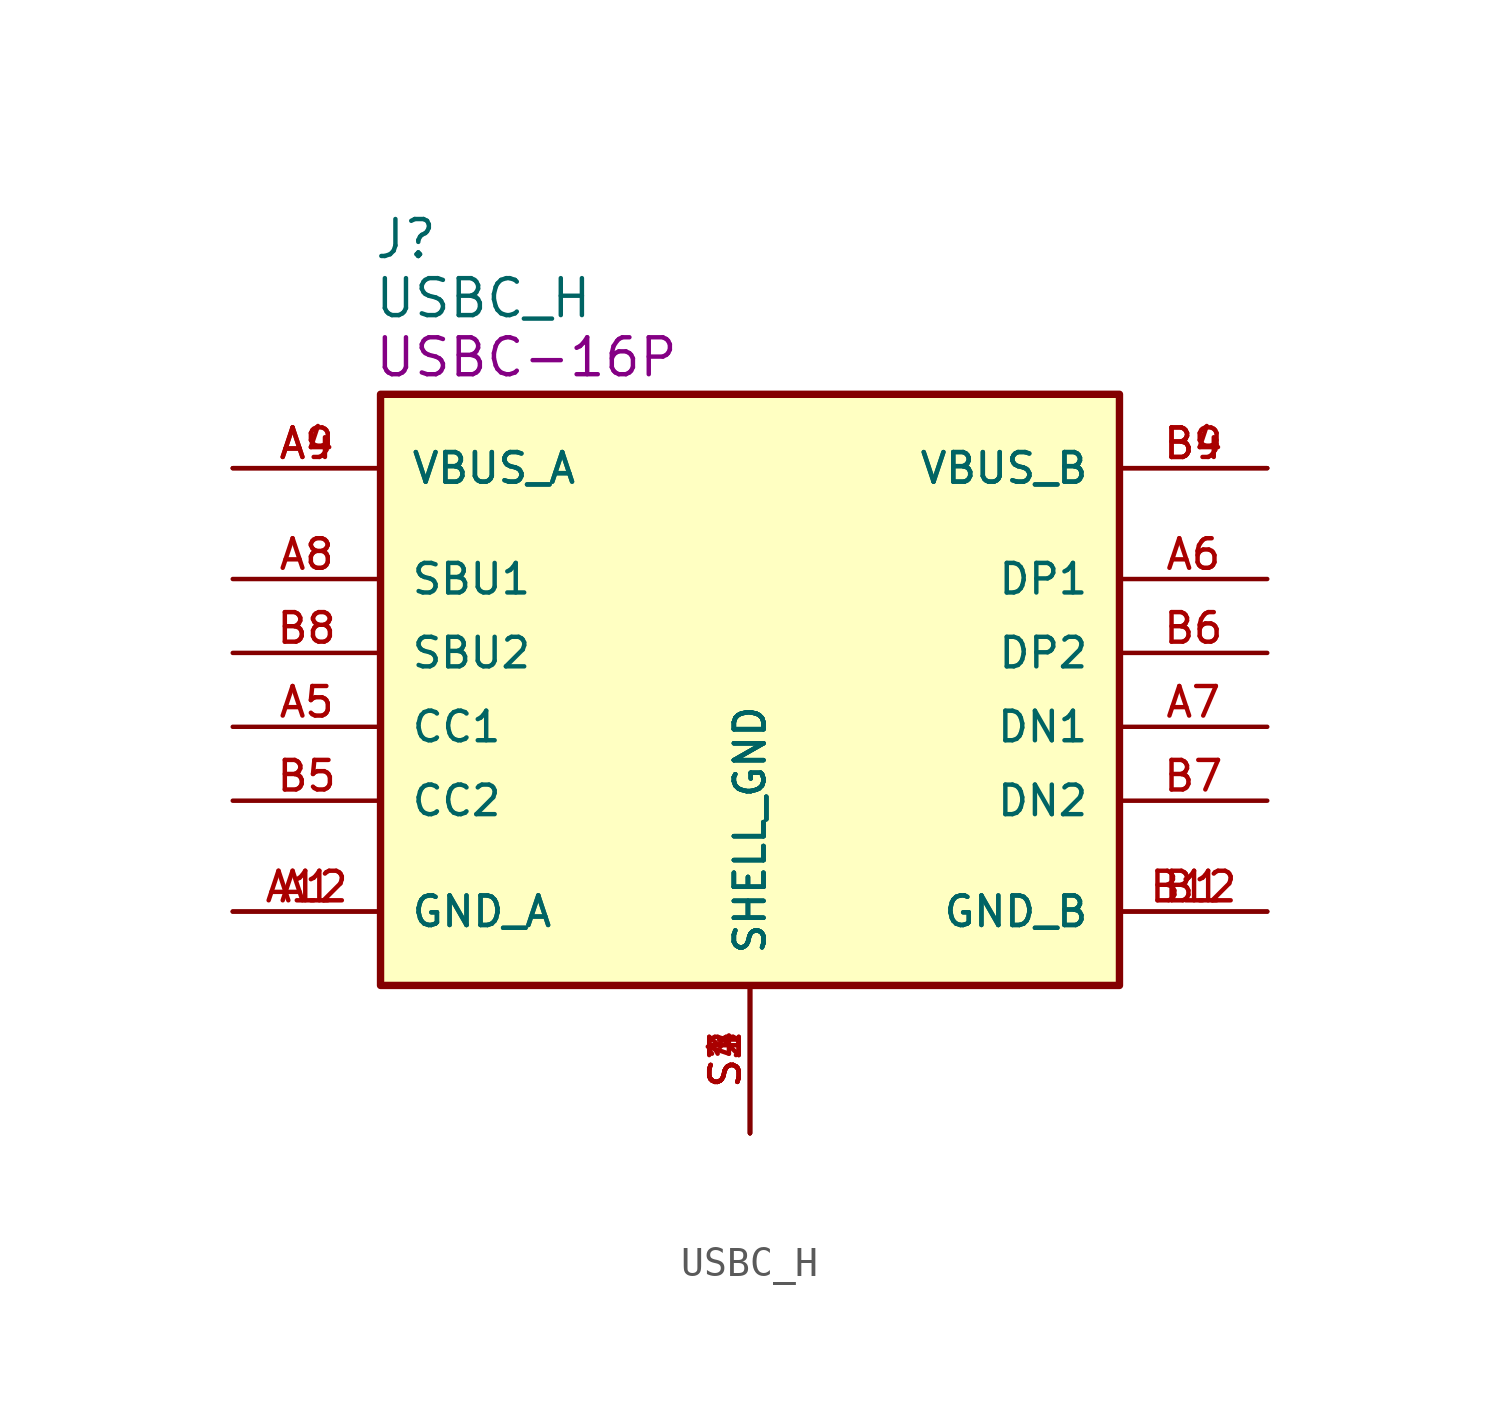
<source format=kicad_sym>
(kicad_symbol_lib
  (version 20231120)
  (generator "kicad_symbol_editor")
  (generator_version "8.0")
  (symbol "USBC_H"
    (pin_names
      (offset 1.016))
    (property "Reference" "J"
      (at -12.954 15.494 0)
      (do_not_autoplace)
      (effects (font (size 1.27 1.27)) (justify left)))
    (property "Value" "USBC_H"
      (at -12.954 13.462 0)
      (do_not_autoplace)
      (effects (font (size 1.27 1.27)) (justify left)))
    (property "Package" "USBC-16P"
      (at -12.954 11.43 0)
      (do_not_autoplace)
      (effects (font (size 1.27 1.27)) (justify left)))
    (symbol "USBC_H_0_0"
      (rectangle (start -12.7 10.16) (end 12.7 -10.16) (stroke (width 0.254) (type default)) (fill (type background)))
      (pin power_in line (at -17.78 -7.62 0) (length 5.08) (name "GND_A" (effects (font (size 1.016 1.016)))) (number "A1" (effects (font (size 1.016 1.016)))))
      (pin power_in line (at -17.78 -7.62 0) (length 5.08) (name "GND_A" (effects (font (size 1.016 1.016)))) (number "A12" (effects (font (size 1.016 1.016)))))
      (pin power_in line (at -17.78 7.62 0) (length 5.08) (name "VBUS_A" (effects (font (size 1.016 1.016)))) (number "A4" (effects (font (size 1.016 1.016)))))
      (pin bidirectional line (at -17.78 -1.27 0) (length 5.08) (name "CC1" (effects (font (size 1.016 1.016)))) (number "A5" (effects (font (size 1.016 1.016)))))
      (pin bidirectional line (at 17.78 3.81 180) (length 5.08) (name "DP1" (effects (font (size 1.016 1.016)))) (number "A6" (effects (font (size 1.016 1.016)))))
      (pin bidirectional line (at 17.78 -1.27 180) (length 5.08) (name "DN1" (effects (font (size 1.016 1.016)))) (number "A7" (effects (font (size 1.016 1.016)))))
      (pin bidirectional line (at -17.78 3.81 0) (length 5.08) (name "SBU1" (effects (font (size 1.016 1.016)))) (number "A8" (effects (font (size 1.016 1.016)))))
      (pin power_in line (at -17.78 7.62 0) (length 5.08) (name "VBUS_A" (effects (font (size 1.016 1.016)))) (number "A9" (effects (font (size 1.016 1.016)))))
      (pin power_in line (at 17.78 -7.62 180) (length 5.08) (name "GND_B" (effects (font (size 1.016 1.016)))) (number "B1" (effects (font (size 1.016 1.016)))))
      (pin power_in line (at 17.78 -7.62 180) (length 5.08) (name "GND_B" (effects (font (size 1.016 1.016)))) (number "B12" (effects (font (size 1.016 1.016)))))
      (pin power_in line (at 17.78 7.62 180) (length 5.08) (name "VBUS_B" (effects (font (size 1.016 1.016)))) (number "B4" (effects (font (size 1.016 1.016)))))
      (pin bidirectional line (at -17.78 -3.81 0) (length 5.08) (name "CC2" (effects (font (size 1.016 1.016)))) (number "B5" (effects (font (size 1.016 1.016)))))
      (pin bidirectional line (at 17.78 1.27 180) (length 5.08) (name "DP2" (effects (font (size 1.016 1.016)))) (number "B6" (effects (font (size 1.016 1.016)))))
      (pin bidirectional line (at 17.78 -3.81 180) (length 5.08) (name "DN2" (effects (font (size 1.016 1.016)))) (number "B7" (effects (font (size 1.016 1.016)))))
      (pin bidirectional line (at -17.78 1.27 0) (length 5.08) (name "SBU2" (effects (font (size 1.016 1.016)))) (number "B8" (effects (font (size 1.016 1.016)))))
      (pin power_in line (at 17.78 7.62 180) (length 5.08) (name "VBUS_B" (effects (font (size 1.016 1.016)))) (number "B9" (effects (font (size 1.016 1.016)))))
      (pin power_in line (at 0 -15.24 90) (length 5.08) (name "SHELL_GND" (effects (font (size 1.016 1.016)))) (number "S1" (effects (font (size 1.016 1.016)))))
      (pin power_in line (at 0 -15.24 90) (length 5.08) (name "SHELL_GND" (effects (font (size 1.016 1.016)))) (number "S2" (effects (font (size 1.016 1.016)))))
      (pin power_in line (at 0 -15.24 90) (length 5.08) (name "SHELL_GND" (effects (font (size 1.016 1.016)))) (number "S3" (effects (font (size 1.016 1.016)))))
      (pin power_in line (at 0 -15.24 90) (length 5.08) (name "SHELL_GND" (effects (font (size 1.016 1.016)))) (number "S4" (effects (font (size 1.016 1.016))))))))
</source>
